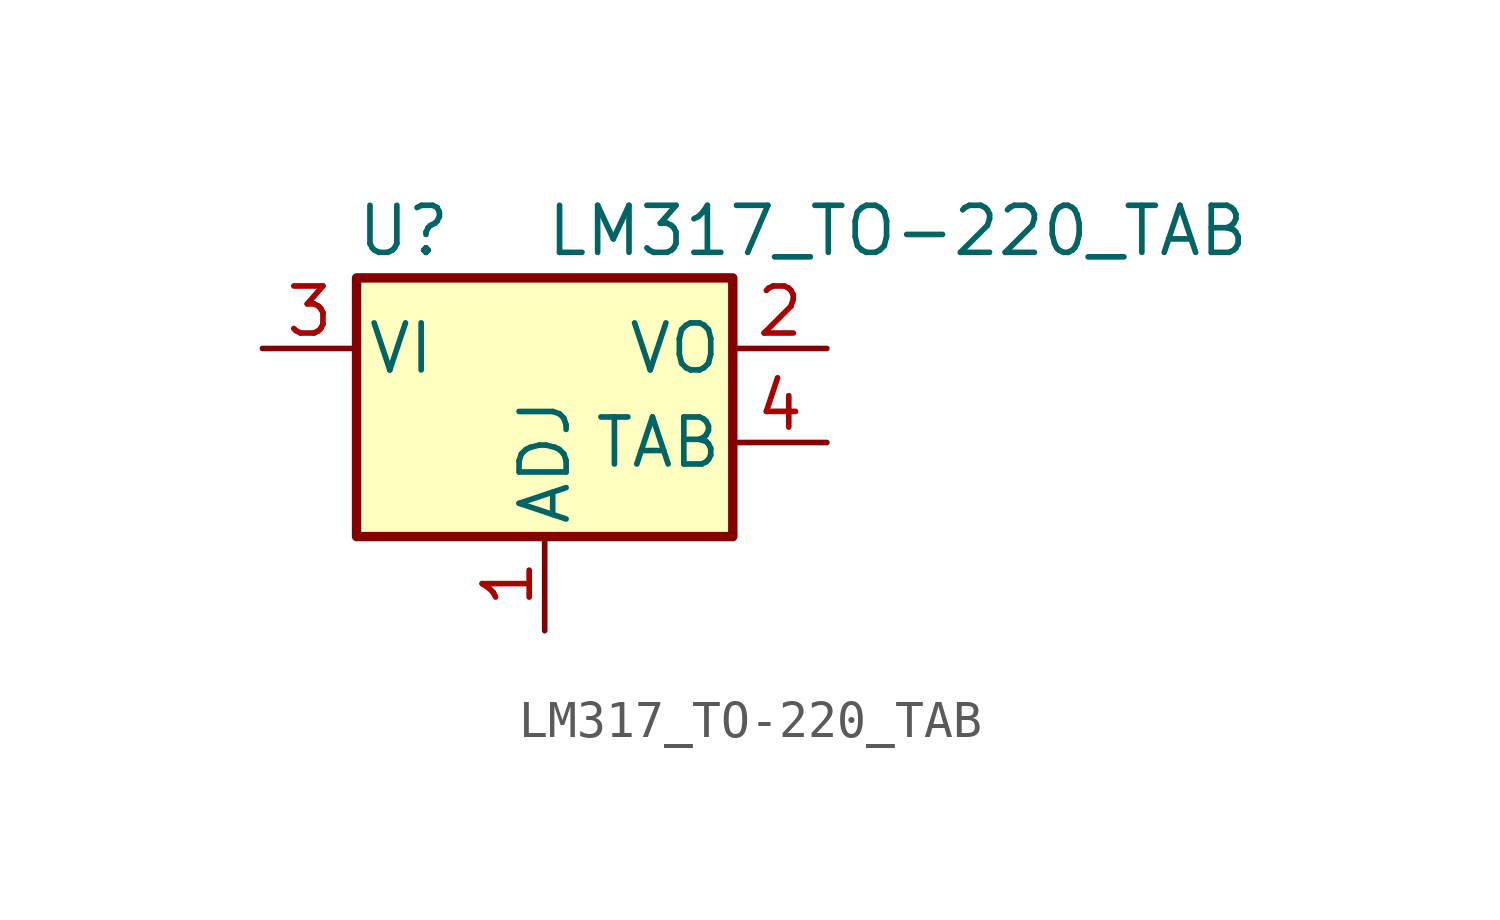
<source format=kicad_sym>
(kicad_symbol_lib
  (version 20220914)
  (generator kicad_symbol_editor)
  (symbol "LM317_TO-220_TAB"
    (pin_names
      (offset 0.254))
    (property "Reference" "U"
      (at -3.81 3.175 0)
      (effects (font (size 1.27 1.27))))
    (property "Value" "LM317_TO-220_TAB"
      (at 0 3.175 0)
      (effects (font (size 1.27 1.27)) (justify left)))
    (symbol "LM317_TO-220_TAB_0_1"
      (rectangle (start -5.08 1.905) (end 5.08 -5.08) (stroke (width 0.254) (type default)) (fill (type background))))
    (symbol "LM317_TO-220_TAB_1_1"
      (pin input line (at 0 -7.62 90) (length 2.54) (name "ADJ" (effects (font (size 1.27 1.27)))) (number "1" (effects (font (size 1.27 1.27)))))
      (pin power_out line (at 7.62 0 180) (length 2.54) (name "VO" (effects (font (size 1.27 1.27)))) (number "2" (effects (font (size 1.27 1.27)))))
      (pin power_in line (at -7.62 0 0) (length 2.54) (name "VI" (effects (font (size 1.27 1.27)))) (number "3" (effects (font (size 1.27 1.27)))))
      (pin power_out line (at 7.62 -2.54 180) (length 2.54) (name "TAB" (effects (font (size 1.27 1.27)))) (number "4" (effects (font (size 1.27 1.27))))))))
</source>
